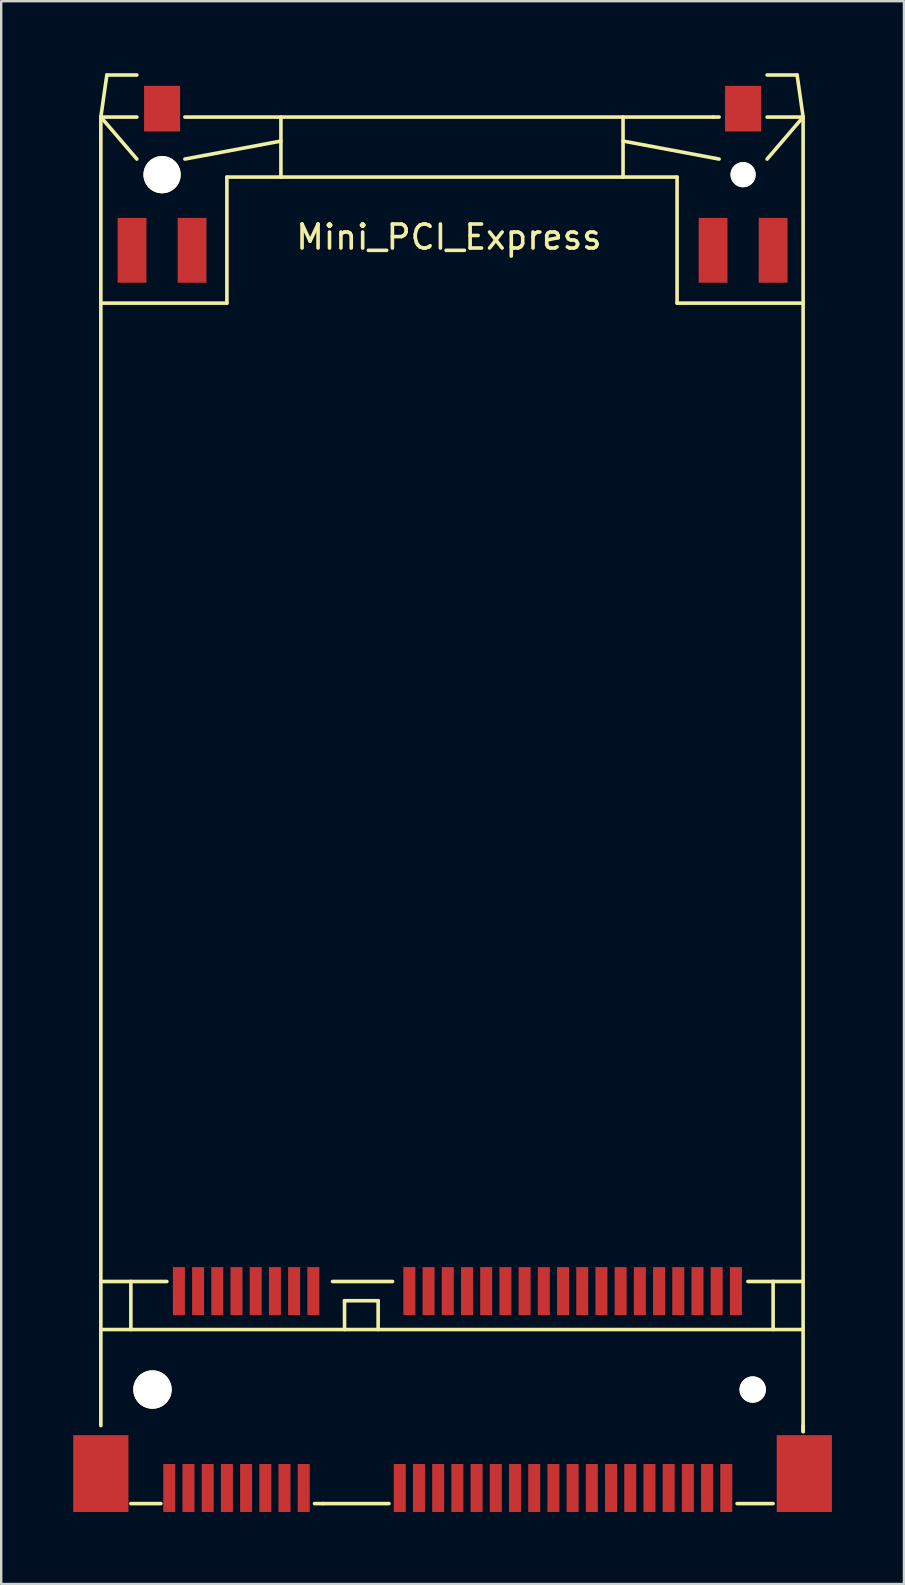
<source format=kicad_pcb>
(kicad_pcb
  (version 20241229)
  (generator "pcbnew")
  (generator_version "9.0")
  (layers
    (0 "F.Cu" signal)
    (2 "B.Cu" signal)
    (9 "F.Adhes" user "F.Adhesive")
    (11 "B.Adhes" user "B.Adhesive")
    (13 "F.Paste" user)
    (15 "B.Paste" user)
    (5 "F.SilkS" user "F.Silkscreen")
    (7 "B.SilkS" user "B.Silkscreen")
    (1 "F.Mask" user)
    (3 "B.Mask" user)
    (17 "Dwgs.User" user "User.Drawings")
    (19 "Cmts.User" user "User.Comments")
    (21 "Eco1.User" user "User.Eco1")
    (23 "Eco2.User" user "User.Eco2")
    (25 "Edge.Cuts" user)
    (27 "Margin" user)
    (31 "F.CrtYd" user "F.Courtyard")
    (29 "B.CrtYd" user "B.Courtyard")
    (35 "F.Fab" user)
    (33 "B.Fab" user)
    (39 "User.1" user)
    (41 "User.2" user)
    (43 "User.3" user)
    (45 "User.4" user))
  (footprint "Mini_PCI_Express"
    (layer "F.Cu")
    (at 3.3 54.825)
    (property "Reference" "Mini_PCI_Express" (at 12.35 -48 0) (layer "F.SilkS") (effects (font (size 1 1) (thickness 0.15))))
    (attr through_hole)
    (fp_line (start -2.15 -53) (end -0.65 -53) (stroke (width 0.15) (type solid)) (layer "F.SilkS"))
    (fp_line (start -2.15 -45.25) (end 3.1 -45.25) (stroke (width 0.15) (type solid)) (layer "F.SilkS"))
    (fp_line (start -2.15 -4.5) (end 0.6 -4.5) (stroke (width 0.15) (type solid)) (layer "F.SilkS"))
    (fp_line (start -2.15 -2.5) (end 27.1 -2.5) (stroke (width 0.15) (type solid)) (layer "F.SilkS"))
    (fp_line (start -2.15 1.5) (end -2.15 -53) (stroke (width 0.15) (type solid)) (layer "F.SilkS"))
    (fp_line (start -1.9 -54.75) (end -2.15 -53) (stroke (width 0.15) (type solid)) (layer "F.SilkS"))
    (fp_line (start -1.9 -54.75) (end -0.65 -54.75) (stroke (width 0.15) (type solid)) (layer "F.SilkS"))
    (fp_line (start -0.9 -4.5) (end -0.9 -2.5) (stroke (width 0.15) (type solid)) (layer "F.SilkS"))
    (fp_line (start -0.9 4.75) (end 0.35 4.75) (stroke (width 0.15) (type solid)) (layer "F.SilkS"))
    (fp_line (start -0.65 -51.25) (end -2.15 -53) (stroke (width 0.15) (type solid)) (layer "F.SilkS"))
    (fp_line (start 1.35 -53) (end 23.35 -53) (stroke (width 0.15) (type solid)) (layer "F.SilkS"))
    (fp_line (start 3.1 -50.5) (end 21.85 -50.5) (stroke (width 0.15) (type solid)) (layer "F.SilkS"))
    (fp_line (start 3.1 -45.25) (end 3.1 -50.5) (stroke (width 0.15) (type solid)) (layer "F.SilkS"))
    (fp_line (start 5.35 -52) (end 1.35 -51.25) (stroke (width 0.15) (type solid)) (layer "F.SilkS"))
    (fp_line (start 5.35 -50.5) (end 5.35 -53) (stroke (width 0.15) (type solid)) (layer "F.SilkS"))
    (fp_line (start 7.1 4.75) (end 6.75 4.75) (stroke (width 0.15) (type solid)) (layer "F.SilkS"))
    (fp_line (start 7.1 4.75) (end 9.85 4.75) (stroke (width 0.15) (type solid)) (layer "F.SilkS"))
    (fp_line (start 7.5 -4.5) (end 10 -4.5) (stroke (width 0.15) (type solid)) (layer "F.SilkS"))
    (fp_line (start 8 -3.7) (end 9.4 -3.7) (stroke (width 0.15) (type solid)) (layer "F.SilkS"))
    (fp_line (start 8 -2.5) (end 8 -3.7) (stroke (width 0.15) (type solid)) (layer "F.SilkS"))
    (fp_line (start 9.4 -3.7) (end 9.4 -2.5) (stroke (width 0.15) (type solid)) (layer "F.SilkS"))
    (fp_line (start 19.6 -52) (end 23.6 -51.25) (stroke (width 0.15) (type solid)) (layer "F.SilkS"))
    (fp_line (start 19.6 -50.5) (end 19.6 -53) (stroke (width 0.15) (type solid)) (layer "F.SilkS"))
    (fp_line (start 21.85 -50.5) (end 21.85 -45.25) (stroke (width 0.15) (type solid)) (layer "F.SilkS"))
    (fp_line (start 21.85 -45.25) (end 27.1 -45.25) (stroke (width 0.15) (type solid)) (layer "F.SilkS"))
    (fp_line (start 23.35 -53) (end 23.6 -53) (stroke (width 0.15) (type solid)) (layer "F.SilkS"))
    (fp_line (start 24.35 4.75) (end 25.85 4.75) (stroke (width 0.15) (type solid)) (layer "F.SilkS"))
    (fp_line (start 25.6 -51.25) (end 27.1 -53) (stroke (width 0.15) (type solid)) (layer "F.SilkS"))
    (fp_line (start 25.85 -4.5) (end 25.85 -2.5) (stroke (width 0.15) (type solid)) (layer "F.SilkS"))
    (fp_line (start 26.85 -54.75) (end 25.6 -54.75) (stroke (width 0.15) (type solid)) (layer "F.SilkS"))
    (fp_line (start 27.1 -53) (end 25.6 -53) (stroke (width 0.15) (type solid)) (layer "F.SilkS"))
    (fp_line (start 27.1 -53) (end 26.85 -54.75) (stroke (width 0.15) (type solid)) (layer "F.SilkS"))
    (fp_line (start 27.1 -4.5) (end 24.8 -4.5) (stroke (width 0.15) (type solid)) (layer "F.SilkS"))
    (fp_line (start 27.1 1.5) (end 27.1 1.75) (stroke (width 0.15) (type solid)) (layer "F.SilkS"))
    (fp_line (start 27.1 1.75) (end 27.1 -53) (stroke (width 0.15) (type solid)) (layer "F.SilkS"))
    (pad "" smd rect (at -2.15 3.5) (size 2.3 3.2) (layers "F.Cu" "F.Mask" "F.Paste"))
    (pad "" smd rect (at -0.85 -47.45) (size 1.2 2.7) (layers "F.Cu" "F.Mask" "F.Paste"))
    (pad "" np_thru_hole circle (at 0 0) (size 1.6 1.6) (drill 1.6) (layers "*.Cu" "*.Mask" "F.SilkS"))
    (pad "" smd rect (at 0.4 -53.35) (size 1.5 1.9) (layers "F.Cu" "F.Mask" "F.Paste"))
    (pad "" np_thru_hole circle (at 0.4 -50.6) (size 1.55 1.55) (drill 1.55) (layers "*.Cu" "*.Mask" "F.SilkS"))
    (pad "" smd rect (at 1.65 -47.45) (size 1.2 2.7) (layers "F.Cu" "F.Mask" "F.Paste"))
    (pad "" smd rect (at 23.35 -47.45) (size 1.2 2.7) (layers "F.Cu" "F.Mask" "F.Paste"))
    (pad "" smd rect (at 24.6 -53.35) (size 1.5 1.9) (layers "F.Cu" "F.Mask" "F.Paste"))
    (pad "" np_thru_hole circle (at 24.6 -50.6) (size 1.05 1.05) (drill 1.05) (layers "*.Cu" "*.Mask" "F.SilkS"))
    (pad "" np_thru_hole circle (at 25 0) (size 1.1 1.1) (drill 1.1) (layers "*.Cu" "*.Mask" "F.SilkS"))
    (pad "" smd rect (at 25.85 -47.45) (size 1.2 2.7) (layers "F.Cu" "F.Mask" "F.Paste"))
    (pad "" smd rect (at 27.15 3.5) (size 2.3 3.2) (layers "F.Cu" "F.Mask" "F.Paste"))
    (pad "1" smd rect (at 0.7 4.1) (size 0.5 2) (layers "F.Cu" "F.Mask" "F.Paste"))
    (pad "2" smd rect (at 1.1 -4.1) (size 0.5 2) (layers "F.Cu" "F.Mask" "F.Paste"))
    (pad "3" smd rect (at 1.5 4.1) (size 0.5 2) (layers "F.Cu" "F.Mask" "F.Paste"))
    (pad "4" smd rect (at 1.9 -4.1) (size 0.5 2) (layers "F.Cu" "F.Mask" "F.Paste"))
    (pad "5" smd rect (at 2.3 4.1) (size 0.5 2) (layers "F.Cu" "F.Mask" "F.Paste"))
    (pad "6" smd rect (at 2.7 -4.1) (size 0.5 2) (layers "F.Cu" "F.Mask" "F.Paste"))
    (pad "7" smd rect (at 3.1 4.1) (size 0.5 2) (layers "F.Cu" "F.Mask" "F.Paste"))
    (pad "8" smd rect (at 3.5 -4.1) (size 0.5 2) (layers "F.Cu" "F.Mask" "F.Paste"))
    (pad "9" smd rect (at 3.9 4.1) (size 0.5 2) (layers "F.Cu" "F.Mask" "F.Paste"))
    (pad "10" smd rect (at 4.3 -4.1) (size 0.5 2) (layers "F.Cu" "F.Mask" "F.Paste"))
    (pad "11" smd rect (at 4.7 4.1) (size 0.5 2) (layers "F.Cu" "F.Mask" "F.Paste"))
    (pad "12" smd rect (at 5.1 -4.1) (size 0.5 2) (layers "F.Cu" "F.Mask" "F.Paste"))
    (pad "13" smd rect (at 5.5 4.1) (size 0.5 2) (layers "F.Cu" "F.Mask" "F.Paste"))
    (pad "14" smd rect (at 5.9 -4.1) (size 0.5 2) (layers "F.Cu" "F.Mask" "F.Paste"))
    (pad "15" smd rect (at 6.3 4.1) (size 0.5 2) (layers "F.Cu" "F.Mask" "F.Paste"))
    (pad "16" smd rect (at 6.7 -4.1) (size 0.5 2) (layers "F.Cu" "F.Mask" "F.Paste"))
    (pad "17" smd rect (at 10.3 4.1) (size 0.5 2) (layers "F.Cu" "F.Mask" "F.Paste"))
    (pad "18" smd rect (at 10.7 -4.1) (size 0.5 2) (layers "F.Cu" "F.Mask" "F.Paste"))
    (pad "19" smd rect (at 11.1 4.1) (size 0.5 2) (layers "F.Cu" "F.Mask" "F.Paste"))
    (pad "20" smd rect (at 11.5 -4.1) (size 0.5 2) (layers "F.Cu" "F.Mask" "F.Paste"))
    (pad "21" smd rect (at 11.9 4.1) (size 0.5 2) (layers "F.Cu" "F.Mask" "F.Paste"))
    (pad "22" smd rect (at 12.3 -4.1) (size 0.5 2) (layers "F.Cu" "F.Mask" "F.Paste"))
    (pad "23" smd rect (at 12.7 4.1) (size 0.5 2) (layers "F.Cu" "F.Mask" "F.Paste"))
    (pad "24" smd rect (at 13.1 -4.1) (size 0.5 2) (layers "F.Cu" "F.Mask" "F.Paste"))
    (pad "25" smd rect (at 13.5 4.1) (size 0.5 2) (layers "F.Cu" "F.Mask" "F.Paste"))
    (pad "26" smd rect (at 13.9 -4.1) (size 0.5 2) (layers "F.Cu" "F.Mask" "F.Paste"))
    (pad "27" smd rect (at 14.3 4.1) (size 0.5 2) (layers "F.Cu" "F.Mask" "F.Paste"))
    (pad "28" smd rect (at 14.7 -4.1) (size 0.5 2) (layers "F.Cu" "F.Mask" "F.Paste"))
    (pad "29" smd rect (at 15.1 4.1) (size 0.5 2) (layers "F.Cu" "F.Mask" "F.Paste"))
    (pad "30" smd rect (at 15.5 -4.1) (size 0.5 2) (layers "F.Cu" "F.Mask" "F.Paste"))
    (pad "31" smd rect (at 15.9 4.1) (size 0.5 2) (layers "F.Cu" "F.Mask" "F.Paste"))
    (pad "32" smd rect (at 16.3 -4.1) (size 0.5 2) (layers "F.Cu" "F.Mask" "F.Paste"))
    (pad "33" smd rect (at 16.7 4.1) (size 0.5 2) (layers "F.Cu" "F.Mask" "F.Paste"))
    (pad "34" smd rect (at 17.1 -4.1) (size 0.5 2) (layers "F.Cu" "F.Mask" "F.Paste"))
    (pad "35" smd rect (at 17.5 4.1) (size 0.5 2) (layers "F.Cu" "F.Mask" "F.Paste"))
    (pad "36" smd rect (at 17.9 -4.1) (size 0.5 2) (layers "F.Cu" "F.Mask" "F.Paste"))
    (pad "37" smd rect (at 18.3 4.1) (size 0.5 2) (layers "F.Cu" "F.Mask" "F.Paste"))
    (pad "38" smd rect (at 18.7 -4.1) (size 0.5 2) (layers "F.Cu" "F.Mask" "F.Paste"))
    (pad "39" smd rect (at 19.1 4.1) (size 0.5 2) (layers "F.Cu" "F.Mask" "F.Paste"))
    (pad "40" smd rect (at 19.5 -4.1) (size 0.5 2) (layers "F.Cu" "F.Mask" "F.Paste"))
    (pad "41" smd rect (at 19.9 4.1) (size 0.5 2) (layers "F.Cu" "F.Mask" "F.Paste"))
    (pad "42" smd rect (at 20.3 -4.1) (size 0.5 2) (layers "F.Cu" "F.Mask" "F.Paste"))
    (pad "43" smd rect (at 20.7 4.1) (size 0.5 2) (layers "F.Cu" "F.Mask" "F.Paste"))
    (pad "44" smd rect (at 21.1 -4.1) (size 0.5 2) (layers "F.Cu" "F.Mask" "F.Paste"))
    (pad "45" smd rect (at 21.5 4.1) (size 0.5 2) (layers "F.Cu" "F.Mask" "F.Paste"))
    (pad "46" smd rect (at 21.9 -4.1) (size 0.5 2) (layers "F.Cu" "F.Mask" "F.Paste"))
    (pad "47" smd rect (at 22.3 4.1) (size 0.5 2) (layers "F.Cu" "F.Mask" "F.Paste"))
    (pad "48" smd rect (at 22.7 -4.1) (size 0.5 2) (layers "F.Cu" "F.Mask" "F.Paste"))
    (pad "49" smd rect (at 23.1 4.1) (size 0.5 2) (layers "F.Cu" "F.Mask" "F.Paste"))
    (pad "50" smd rect (at 23.5 -4.1) (size 0.5 2) (layers "F.Cu" "F.Mask" "F.Paste"))
    (pad "51" smd rect (at 23.9 4.1) (size 0.5 2) (layers "F.Cu" "F.Mask" "F.Paste"))
    (pad "52" smd rect (at 24.3 -4.1) (size 0.5 2) (layers "F.Cu" "F.Mask" "F.Paste")))
  (gr_rect
    (start -3 -3)
    (end 34.6 62.925)
    (stroke (width 0.1) (type default))
    (fill no)
    (layer "Edge.Cuts")))
</source>
